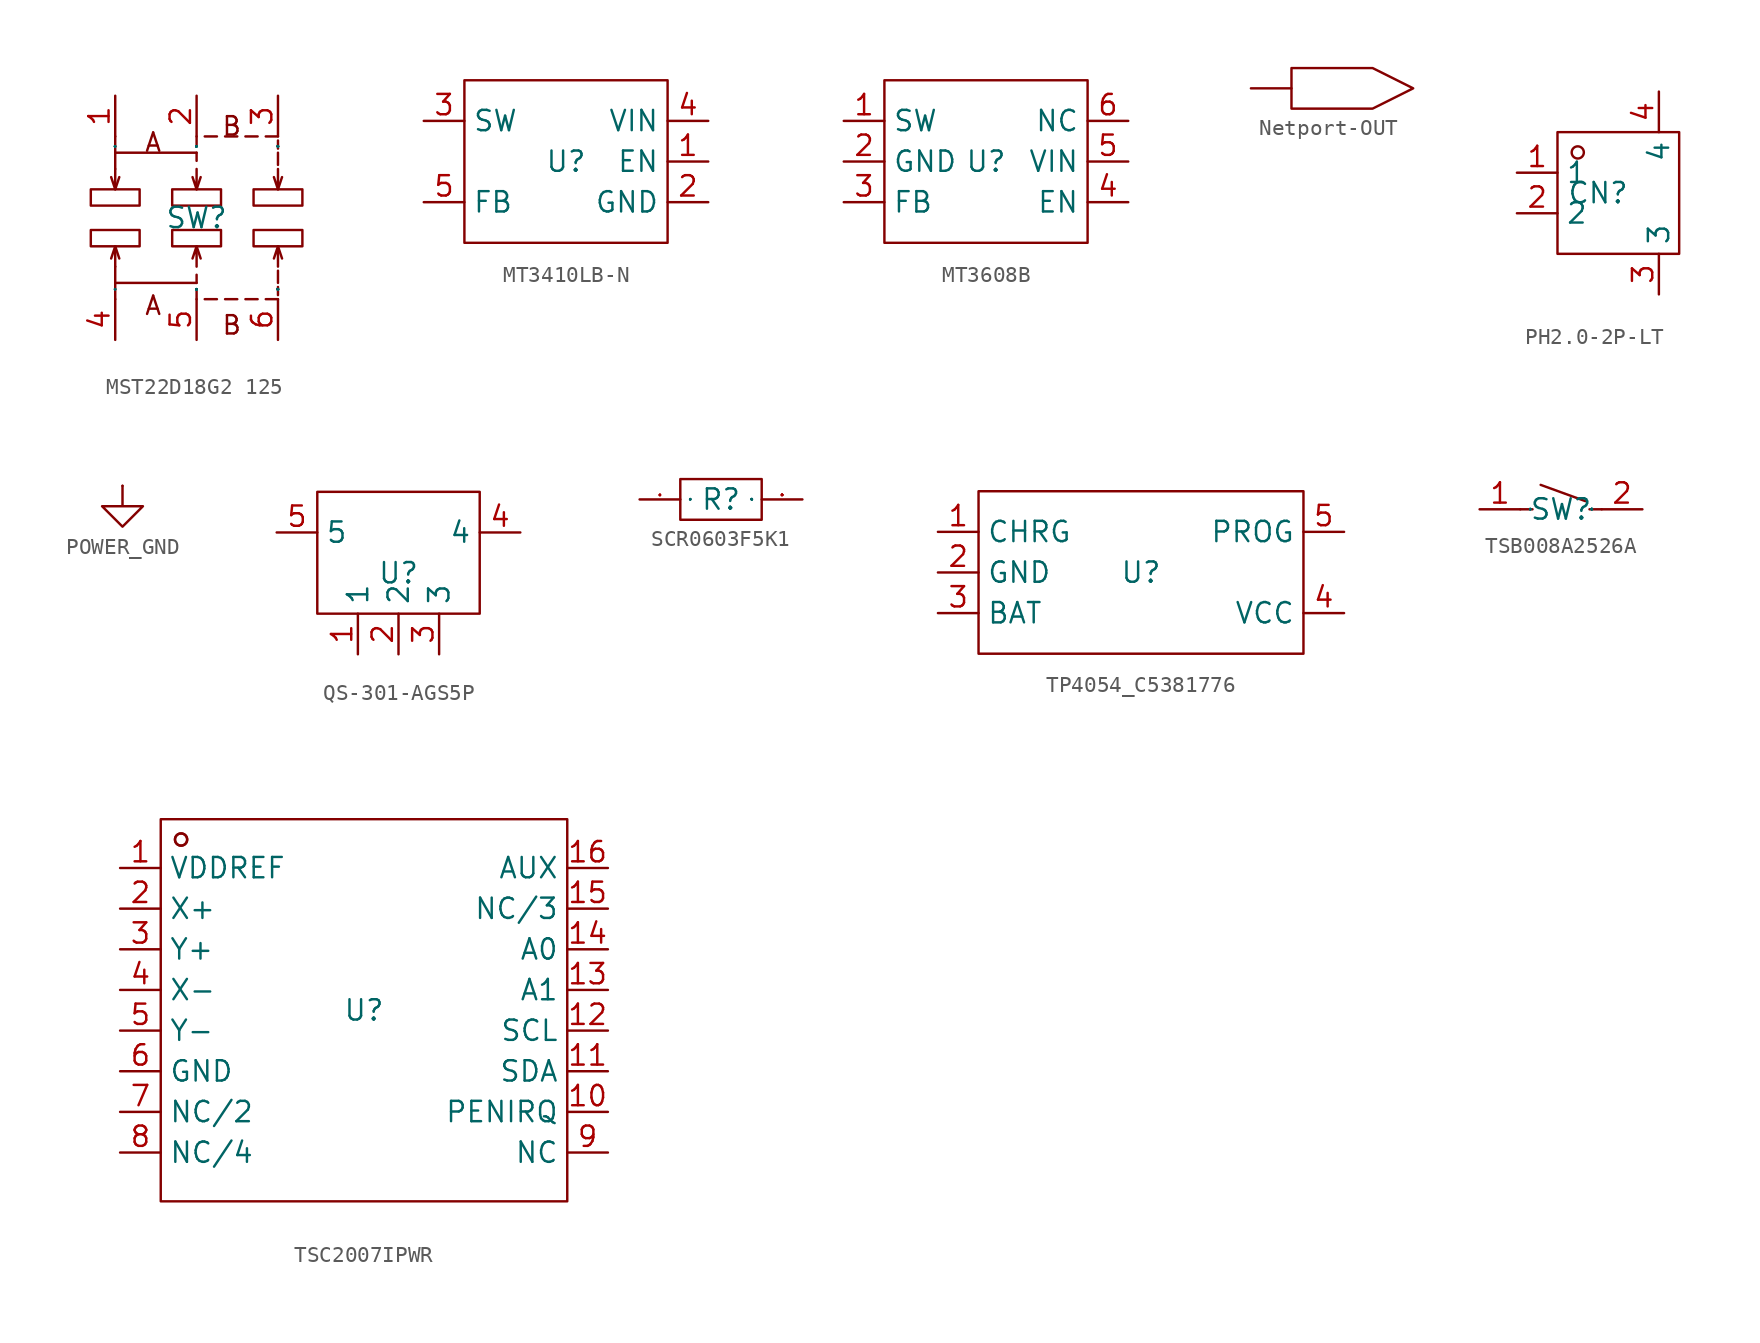
<source format=kicad_sym>
(kicad_symbol_lib
  (version 20241209)
  (generator "kicad_symbol_editor")
  (generator_version "9.0")
  (symbol "MST22D18G2 125"
    (property "Reference" "SW"
      (at 0 0 0)
      (effects (font (size 1.27 1.27))))
    (property "Value" ""
      (at 0 0 0)
      (effects (font (size 1.27 1.27))))
    (symbol "MST22D18G2 125_1_0"
      (rectangle (start -6.604 0.762) (end -3.556 1.778) (stroke (width 0) (type default)) (fill (type none)))
      (rectangle (start -6.604 -1.778) (end -3.556 -0.762) (stroke (width 0) (type default)) (fill (type none)))
      (polyline (pts (xy -5.08 4.064) (xy -5.08 5.08)) (stroke (width 0) (type default)) (fill (type none)))
      (polyline (pts (xy -5.08 3.048) (xy -5.08 4.064) (xy -5.08 4.064) (xy 0 4.064)) (stroke (width 0) (type default)) (fill (type none)))
      (polyline (pts (xy -5.08 3.048) (xy -5.08 1.778) (xy -5.08 1.778) (xy -5.334 2.54)) (stroke (width 0) (type default)) (fill (type none)))
      (polyline (pts (xy -5.08 1.778) (xy -4.826 2.54)) (stroke (width 0) (type default)) (fill (type none)))
      (polyline (pts (xy -5.08 -1.778) (xy -4.826 -2.54)) (stroke (width 0) (type default)) (fill (type none)))
      (polyline (pts (xy -5.08 -3.048) (xy -5.08 -1.778) (xy -5.08 -1.778) (xy -5.334 -2.54)) (stroke (width 0) (type default)) (fill (type none)))
      (polyline (pts (xy -5.08 -3.048) (xy -5.08 -4.064) (xy -5.08 -4.064) (xy 0 -4.064)) (stroke (width 0) (type default)) (fill (type none)))
      (polyline (pts (xy -5.08 -4.064) (xy -5.08 -5.08)) (stroke (width 0) (type default)) (fill (type none)))
      (rectangle (start -1.524 0.762) (end 1.524 1.778) (stroke (width 0) (type default)) (fill (type none)))
      (rectangle (start -1.524 -1.778) (end 1.524 -0.762) (stroke (width 0) (type default)) (fill (type none)))
      (polyline (pts (xy 0 4.572) (xy 0 5.08)) (stroke (width 0) (type default)) (fill (type none)))
      (polyline (pts (xy 0 3.556) (xy 0 4.064)) (stroke (width 0) (type default)) (fill (type none)))
      (polyline (pts (xy 0 3.048) (xy 0 1.778) (xy 0 1.778) (xy -0.254 2.54)) (stroke (width 0) (type default)) (fill (type none)))
      (polyline (pts (xy 0 1.778) (xy 0.254 2.54)) (stroke (width 0) (type default)) (fill (type none)))
      (polyline (pts (xy 0 -1.778) (xy 0.254 -2.54)) (stroke (width 0) (type default)) (fill (type none)))
      (polyline (pts (xy 0 -3.048) (xy 0 -1.778) (xy 0 -1.778) (xy -0.254 -2.54)) (stroke (width 0) (type default)) (fill (type none)))
      (polyline (pts (xy 0 -3.556) (xy 0 -4.064)) (stroke (width 0) (type default)) (fill (type none)))
      (polyline (pts (xy 0 -4.572) (xy 0 -5.08)) (stroke (width 0) (type default)) (fill (type none)))
      (polyline (pts (xy 0.508 5.08) (xy 1.27 5.08)) (stroke (width 0) (type default)) (fill (type none)))
      (polyline (pts (xy 0.508 -5.08) (xy 1.27 -5.08)) (stroke (width 0) (type default)) (fill (type none)))
      (polyline (pts (xy 1.778 5.08) (xy 2.54 5.08)) (stroke (width 0) (type default)) (fill (type none)))
      (polyline (pts (xy 1.778 -5.08) (xy 2.54 -5.08)) (stroke (width 0) (type default)) (fill (type none)))
      (polyline (pts (xy 3.048 5.08) (xy 3.81 5.08)) (stroke (width 0) (type default)) (fill (type none)))
      (polyline (pts (xy 3.048 -5.08) (xy 3.81 -5.08)) (stroke (width 0) (type default)) (fill (type none)))
      (rectangle (start 3.556 0.762) (end 6.604 1.778) (stroke (width 0) (type default)) (fill (type none)))
      (rectangle (start 3.556 -1.778) (end 6.604 -0.762) (stroke (width 0) (type default)) (fill (type none)))
      (polyline (pts (xy 4.318 5.08) (xy 5.08 5.08)) (stroke (width 0) (type default)) (fill (type none)))
      (polyline (pts (xy 4.318 -5.08) (xy 5.08 -5.08)) (stroke (width 0) (type default)) (fill (type none)))
      (polyline (pts (xy 5.08 4.826) (xy 5.08 4.318)) (stroke (width 0) (type default)) (fill (type none)))
      (polyline (pts (xy 5.08 4.064) (xy 5.08 3.302)) (stroke (width 0) (type default)) (fill (type none)))
      (polyline (pts (xy 5.08 3.048) (xy 5.08 1.778) (xy 5.08 1.778) (xy 4.826 2.54)) (stroke (width 0) (type default)) (fill (type none)))
      (polyline (pts (xy 5.08 1.778) (xy 5.334 2.54)) (stroke (width 0) (type default)) (fill (type none)))
      (polyline (pts (xy 5.08 -1.778) (xy 5.334 -2.54)) (stroke (width 0) (type default)) (fill (type none)))
      (polyline (pts (xy 5.08 -3.048) (xy 5.08 -1.778) (xy 5.08 -1.778) (xy 4.826 -2.54)) (stroke (width 0) (type default)) (fill (type none)))
      (polyline (pts (xy 5.08 -4.064) (xy 5.08 -3.302)) (stroke (width 0) (type default)) (fill (type none)))
      (polyline (pts (xy 5.08 -4.826) (xy 5.08 -4.318)) (stroke (width 0) (type default)) (fill (type none)))
      (text "A" (at -3.302 4.039 0) (effects (font (size 1.143 1.143)) (justify left bottom)))
      (text "A" (at -3.302 -6.147 0) (effects (font (size 1.143 1.143)) (justify left bottom)))
      (text "B" (at 1.524 5.055 0) (effects (font (size 1.143 1.143)) (justify left bottom)))
      (text "B" (at 1.524 -7.366 0) (effects (font (size 1.143 1.143)) (justify left bottom)))
      (pin unspecified line (at -5.08 7.62 270) (length 2.54) (name "1" (effects (font (size 0.025 0.025)))) (number "1" (effects (font (size 1.27 1.27)))))
      (pin unspecified line (at -5.08 -7.62 90) (length 2.54) (name "4" (effects (font (size 0.025 0.025)))) (number "4" (effects (font (size 1.27 1.27)))))
      (pin unspecified line (at 0 7.62 270) (length 2.54) (name "2" (effects (font (size 0.025 0.025)))) (number "2" (effects (font (size 1.27 1.27)))))
      (pin unspecified line (at 0 -7.62 90) (length 2.54) (name "5" (effects (font (size 0.025 0.025)))) (number "5" (effects (font (size 1.27 1.27)))))
      (pin unspecified line (at 5.08 7.62 270) (length 2.54) (name "3" (effects (font (size 0.025 0.025)))) (number "3" (effects (font (size 1.27 1.27)))))
      (pin unspecified line (at 5.08 -7.62 90) (length 2.54) (name "6" (effects (font (size 0.025 0.025)))) (number "6" (effects (font (size 1.27 1.27)))))))
  (symbol "MT3410LB-N"
    (property "Reference" "U"
      (at 0 0 0)
      (effects (font (size 1.27 1.27))))
    (property "Value" ""
      (at 0 0 0)
      (effects (font (size 1.27 1.27))))
    (symbol "MT3410LB-N_1_0"
      (rectangle (start -6.35 -5.08) (end 6.35 5.08) (stroke (width 0) (type default)) (fill (type none)))
      (pin unspecified line (at -8.89 2.54 0) (length 2.54) (name "SW" (effects (font (size 1.27 1.27)))) (number "3" (effects (font (size 1.27 1.27)))))
      (pin unspecified line (at -8.89 -2.54 0) (length 2.54) (name "FB" (effects (font (size 1.27 1.27)))) (number "5" (effects (font (size 1.27 1.27)))))
      (pin unspecified line (at 8.89 2.54 180) (length 2.54) (name "VIN" (effects (font (size 1.27 1.27)))) (number "4" (effects (font (size 1.27 1.27)))))
      (pin unspecified line (at 8.89 0 180) (length 2.54) (name "EN" (effects (font (size 1.27 1.27)))) (number "1" (effects (font (size 1.27 1.27)))))
      (pin unspecified line (at 8.89 -2.54 180) (length 2.54) (name "GND" (effects (font (size 1.27 1.27)))) (number "2" (effects (font (size 1.27 1.27)))))))
  (symbol "MT3608B"
    (property "Reference" "U"
      (at 0 0 0)
      (effects (font (size 1.27 1.27))))
    (property "Value" ""
      (at 0 0 0)
      (effects (font (size 1.27 1.27))))
    (symbol "MT3608B_1_0"
      (rectangle (start -6.35 5.08) (end 6.35 -5.08) (stroke (width 0) (type default)) (fill (type none)))
      (pin unspecified line (at -8.89 2.54 0) (length 2.54) (name "SW" (effects (font (size 1.27 1.27)))) (number "1" (effects (font (size 1.27 1.27)))))
      (pin unspecified line (at -8.89 0 0) (length 2.54) (name "GND" (effects (font (size 1.27 1.27)))) (number "2" (effects (font (size 1.27 1.27)))))
      (pin unspecified line (at -8.89 -2.54 0) (length 2.54) (name "FB" (effects (font (size 1.27 1.27)))) (number "3" (effects (font (size 1.27 1.27)))))
      (pin unspecified line (at 8.89 2.54 180) (length 2.54) (name "NC" (effects (font (size 1.27 1.27)))) (number "6" (effects (font (size 1.27 1.27)))))
      (pin unspecified line (at 8.89 0 180) (length 2.54) (name "VIN" (effects (font (size 1.27 1.27)))) (number "5" (effects (font (size 1.27 1.27)))))
      (pin unspecified line (at 8.89 -2.54 180) (length 2.54) (name "EN" (effects (font (size 1.27 1.27)))) (number "4" (effects (font (size 1.27 1.27)))))))
  (symbol "Netport-OUT"
    (power)
    (pin_numbers
      (hide yes))
    (pin_names
      (hide yes))
    (property "Reference" "#PWR"
      (at 0 0 0)
      (effects (font (size 1.27 1.27)) (hide yes)))
    (property "Value" ""
      (at 0 0 0)
      (effects (font (size 1.27 1.27))))
    (symbol "Netport-OUT_1_0"
      (polyline (pts (xy 2.54 1.27) (xy 7.62 1.27) (xy 10.16 0) (xy 7.62 -1.27) (xy 2.54 -1.27) (xy 2.54 1.27)) (stroke (width 0) (type default)) (fill (type none)))
      (pin output line (at 0 0 0) (length 2.54) (name "OUT" (effects (font (size 0.025 0.025)))) (number "1" (effects (font (size 0.025 0.025)))))))
  (symbol "PH2.0-2P-LT"
    (property "Reference" "CN"
      (at 0 0 0)
      (effects (font (size 1.27 1.27))))
    (property "Value" ""
      (at 0 0 0)
      (effects (font (size 1.27 1.27))))
    (symbol "PH2.0-2P-LT_1_0"
      (rectangle (start -2.54 -3.81) (end 5.08 3.81) (stroke (width 0) (type default)) (fill (type none)))
      (circle (center -1.27 2.54) (radius 0.381) (stroke (width 0) (type default)) (fill (type none)))
      (pin input line (at -5.08 1.27 0) (length 2.54) (name "1" (effects (font (size 1.27 1.27)))) (number "1" (effects (font (size 1.27 1.27)))))
      (pin input line (at -5.08 -1.27 0) (length 2.54) (name "2" (effects (font (size 1.27 1.27)))) (number "2" (effects (font (size 1.27 1.27)))))
      (pin input line (at 3.81 6.35 270) (length 2.54) (name "4" (effects (font (size 1.27 1.27)))) (number "4" (effects (font (size 1.27 1.27)))))
      (pin input line (at 3.81 -6.35 90) (length 2.54) (name "3" (effects (font (size 1.27 1.27)))) (number "3" (effects (font (size 1.27 1.27)))))))
  (symbol "POWER_GND"
    (power)
    (pin_numbers
      (hide yes))
    (pin_names
      (hide yes))
    (property "Reference" "#PWR"
      (at 0 0 0)
      (effects (font (size 1.27 1.27)) (hide yes)))
    (symbol "POWER_GND_1_0"
      (polyline (pts (xy 0 0) (xy 0 -1.27) (xy 0 -1.27) (xy 1.27 -1.27) (xy 1.27 -1.27) (xy 0 -2.54) (xy 0 -2.54) (xy -1.27 -1.27) (xy -1.27 -1.27) (xy 0 -1.27)) (stroke (width 0) (type default)) (fill (type none)))
      (pin power_in line (at 0 0 270) (length 0) (name "" (effects (font (size 1.27 1.27)))) (number "1" (effects (font (size 0 0)))))))
  (symbol "QS-301-AGS5P"
    (property "Reference" "U"
      (at 0 0 0)
      (effects (font (size 1.27 1.27))))
    (property "Value" ""
      (at 0 0 0)
      (effects (font (size 1.27 1.27))))
    (symbol "QS-301-AGS5P_1_0"
      (rectangle (start -5.08 -2.54) (end 5.08 5.08) (stroke (width 0) (type default)) (fill (type none)))
      (pin unspecified line (at -7.62 2.54 0) (length 2.54) (name "5" (effects (font (size 1.27 1.27)))) (number "5" (effects (font (size 1.27 1.27)))))
      (pin unspecified line (at -2.54 -5.08 90) (length 2.54) (name "1" (effects (font (size 1.27 1.27)))) (number "1" (effects (font (size 1.27 1.27)))))
      (pin unspecified line (at 0 -5.08 90) (length 2.54) (name "2" (effects (font (size 1.27 1.27)))) (number "2" (effects (font (size 1.27 1.27)))))
      (pin unspecified line (at 2.54 -5.08 90) (length 2.54) (name "3" (effects (font (size 1.27 1.27)))) (number "3" (effects (font (size 1.27 1.27)))))
      (pin unspecified line (at 7.62 2.54 180) (length 2.54) (name "4" (effects (font (size 1.27 1.27)))) (number "4" (effects (font (size 1.27 1.27)))))))
  (symbol "SCR0603F5K1"
    (property "Reference" "R"
      (at 0 0 0)
      (effects (font (size 1.27 1.27))))
    (symbol "SCR0603F5K1_1_0"
      (rectangle (start -2.54 1.27) (end 2.54 -1.27) (stroke (width 0) (type default)) (fill (type none)))
      (pin unspecified line (at -5.08 0 0) (length 2.54) (name "1" (effects (font (size 0.025 0.025)))) (number "1" (effects (font (size 0.025 0.025)))))
      (pin unspecified line (at 5.08 0 180) (length 2.54) (name "2" (effects (font (size 0.025 0.025)))) (number "2" (effects (font (size 0.025 0.025)))))))
  (symbol "TP4054_C5381776"
    (property "Reference" "U"
      (at 0 0 0)
      (effects (font (size 1.27 1.27))))
    (property "Value" ""
      (at 0 0 0)
      (effects (font (size 1.27 1.27))))
    (symbol "TP4054_C5381776_1_0"
      (rectangle (start -10.16 5.08) (end 10.16 -5.08) (stroke (width 0) (type default)) (fill (type none)))
      (pin unspecified line (at -12.7 2.54 0) (length 2.54) (name "CHRG" (effects (font (size 1.27 1.27)))) (number "1" (effects (font (size 1.27 1.27)))))
      (pin unspecified line (at -12.7 0 0) (length 2.54) (name "GND" (effects (font (size 1.27 1.27)))) (number "2" (effects (font (size 1.27 1.27)))))
      (pin unspecified line (at -12.7 -2.54 0) (length 2.54) (name "BAT" (effects (font (size 1.27 1.27)))) (number "3" (effects (font (size 1.27 1.27)))))
      (pin unspecified line (at 12.7 2.54 180) (length 2.54) (name "PROG" (effects (font (size 1.27 1.27)))) (number "5" (effects (font (size 1.27 1.27)))))
      (pin unspecified line (at 12.7 -2.54 180) (length 2.54) (name "VCC" (effects (font (size 1.27 1.27)))) (number "4" (effects (font (size 1.27 1.27)))))))
  (symbol "TSB008A2526A"
    (property "Reference" "SW"
      (at 0 0 0)
      (effects (font (size 1.27 1.27))))
    (property "Value" ""
      (at 0 0 0)
      (effects (font (size 1.27 1.27))))
    (symbol "TSB008A2526A_1_0"
      (polyline (pts (xy -1.778 0) (xy -2.54 0)) (stroke (width 0) (type default)) (fill (type none)))
      (polyline (pts (xy 1.524 0.508) (xy -1.27 1.524)) (stroke (width 0) (type default)) (fill (type none)))
      (polyline (pts (xy 1.778 0) (xy 2.54 0)) (stroke (width 0) (type default)) (fill (type none)))
      (pin unspecified line (at -5.08 0 0) (length 2.54) (name "1" (effects (font (size 0.025 0.025)))) (number "1" (effects (font (size 1.27 1.27)))))
      (pin unspecified line (at 5.08 0 180) (length 2.54) (name "2" (effects (font (size 0.025 0.025)))) (number "2" (effects (font (size 1.27 1.27)))))))
  (symbol "TSC2007IPWR"
    (property "Reference" "U"
      (at 0 0 0)
      (effects (font (size 1.27 1.27))))
    (property "Value" ""
      (at 0 0 0)
      (effects (font (size 1.27 1.27))))
    (symbol "TSC2007IPWR_1_0"
      (rectangle (start -12.7 -11.938) (end 12.7 11.938) (stroke (width 0) (type default)) (fill (type none)))
      (circle (center -11.43 10.668) (radius 0.381) (stroke (width 0) (type default)) (fill (type none)))
      (circle (center -11.43 10.668) (radius 0.381) (stroke (width 0) (type default)) (fill (type none)))
      (pin unspecified line (at -15.24 8.89 0) (length 2.54) (name "VDDREF" (effects (font (size 1.27 1.27)))) (number "1" (effects (font (size 1.27 1.27)))))
      (pin unspecified line (at -15.24 6.35 0) (length 2.54) (name "X+" (effects (font (size 1.27 1.27)))) (number "2" (effects (font (size 1.27 1.27)))))
      (pin unspecified line (at -15.24 3.81 0) (length 2.54) (name "Y+" (effects (font (size 1.27 1.27)))) (number "3" (effects (font (size 1.27 1.27)))))
      (pin unspecified line (at -15.24 1.27 0) (length 2.54) (name "X-" (effects (font (size 1.27 1.27)))) (number "4" (effects (font (size 1.27 1.27)))))
      (pin unspecified line (at -15.24 -1.27 0) (length 2.54) (name "Y-" (effects (font (size 1.27 1.27)))) (number "5" (effects (font (size 1.27 1.27)))))
      (pin unspecified line (at -15.24 -3.81 0) (length 2.54) (name "GND" (effects (font (size 1.27 1.27)))) (number "6" (effects (font (size 1.27 1.27)))))
      (pin unspecified line (at -15.24 -6.35 0) (length 2.54) (name "NC/2" (effects (font (size 1.27 1.27)))) (number "7" (effects (font (size 1.27 1.27)))))
      (pin unspecified line (at -15.24 -8.89 0) (length 2.54) (name "NC/4" (effects (font (size 1.27 1.27)))) (number "8" (effects (font (size 1.27 1.27)))))
      (pin unspecified line (at 15.24 8.89 180) (length 2.54) (name "AUX" (effects (font (size 1.27 1.27)))) (number "16" (effects (font (size 1.27 1.27)))))
      (pin unspecified line (at 15.24 6.35 180) (length 2.54) (name "NC/3" (effects (font (size 1.27 1.27)))) (number "15" (effects (font (size 1.27 1.27)))))
      (pin unspecified line (at 15.24 3.81 180) (length 2.54) (name "A0" (effects (font (size 1.27 1.27)))) (number "14" (effects (font (size 1.27 1.27)))))
      (pin unspecified line (at 15.24 1.27 180) (length 2.54) (name "A1" (effects (font (size 1.27 1.27)))) (number "13" (effects (font (size 1.27 1.27)))))
      (pin unspecified line (at 15.24 -1.27 180) (length 2.54) (name "SCL" (effects (font (size 1.27 1.27)))) (number "12" (effects (font (size 1.27 1.27)))))
      (pin unspecified line (at 15.24 -3.81 180) (length 2.54) (name "SDA" (effects (font (size 1.27 1.27)))) (number "11" (effects (font (size 1.27 1.27)))))
      (pin unspecified line (at 15.24 -6.35 180) (length 2.54) (name "PENIRQ" (effects (font (size 1.27 1.27)))) (number "10" (effects (font (size 1.27 1.27)))))
      (pin unspecified line (at 15.24 -8.89 180) (length 2.54) (name "NC" (effects (font (size 1.27 1.27)))) (number "9" (effects (font (size 1.27 1.27))))))))
</source>
